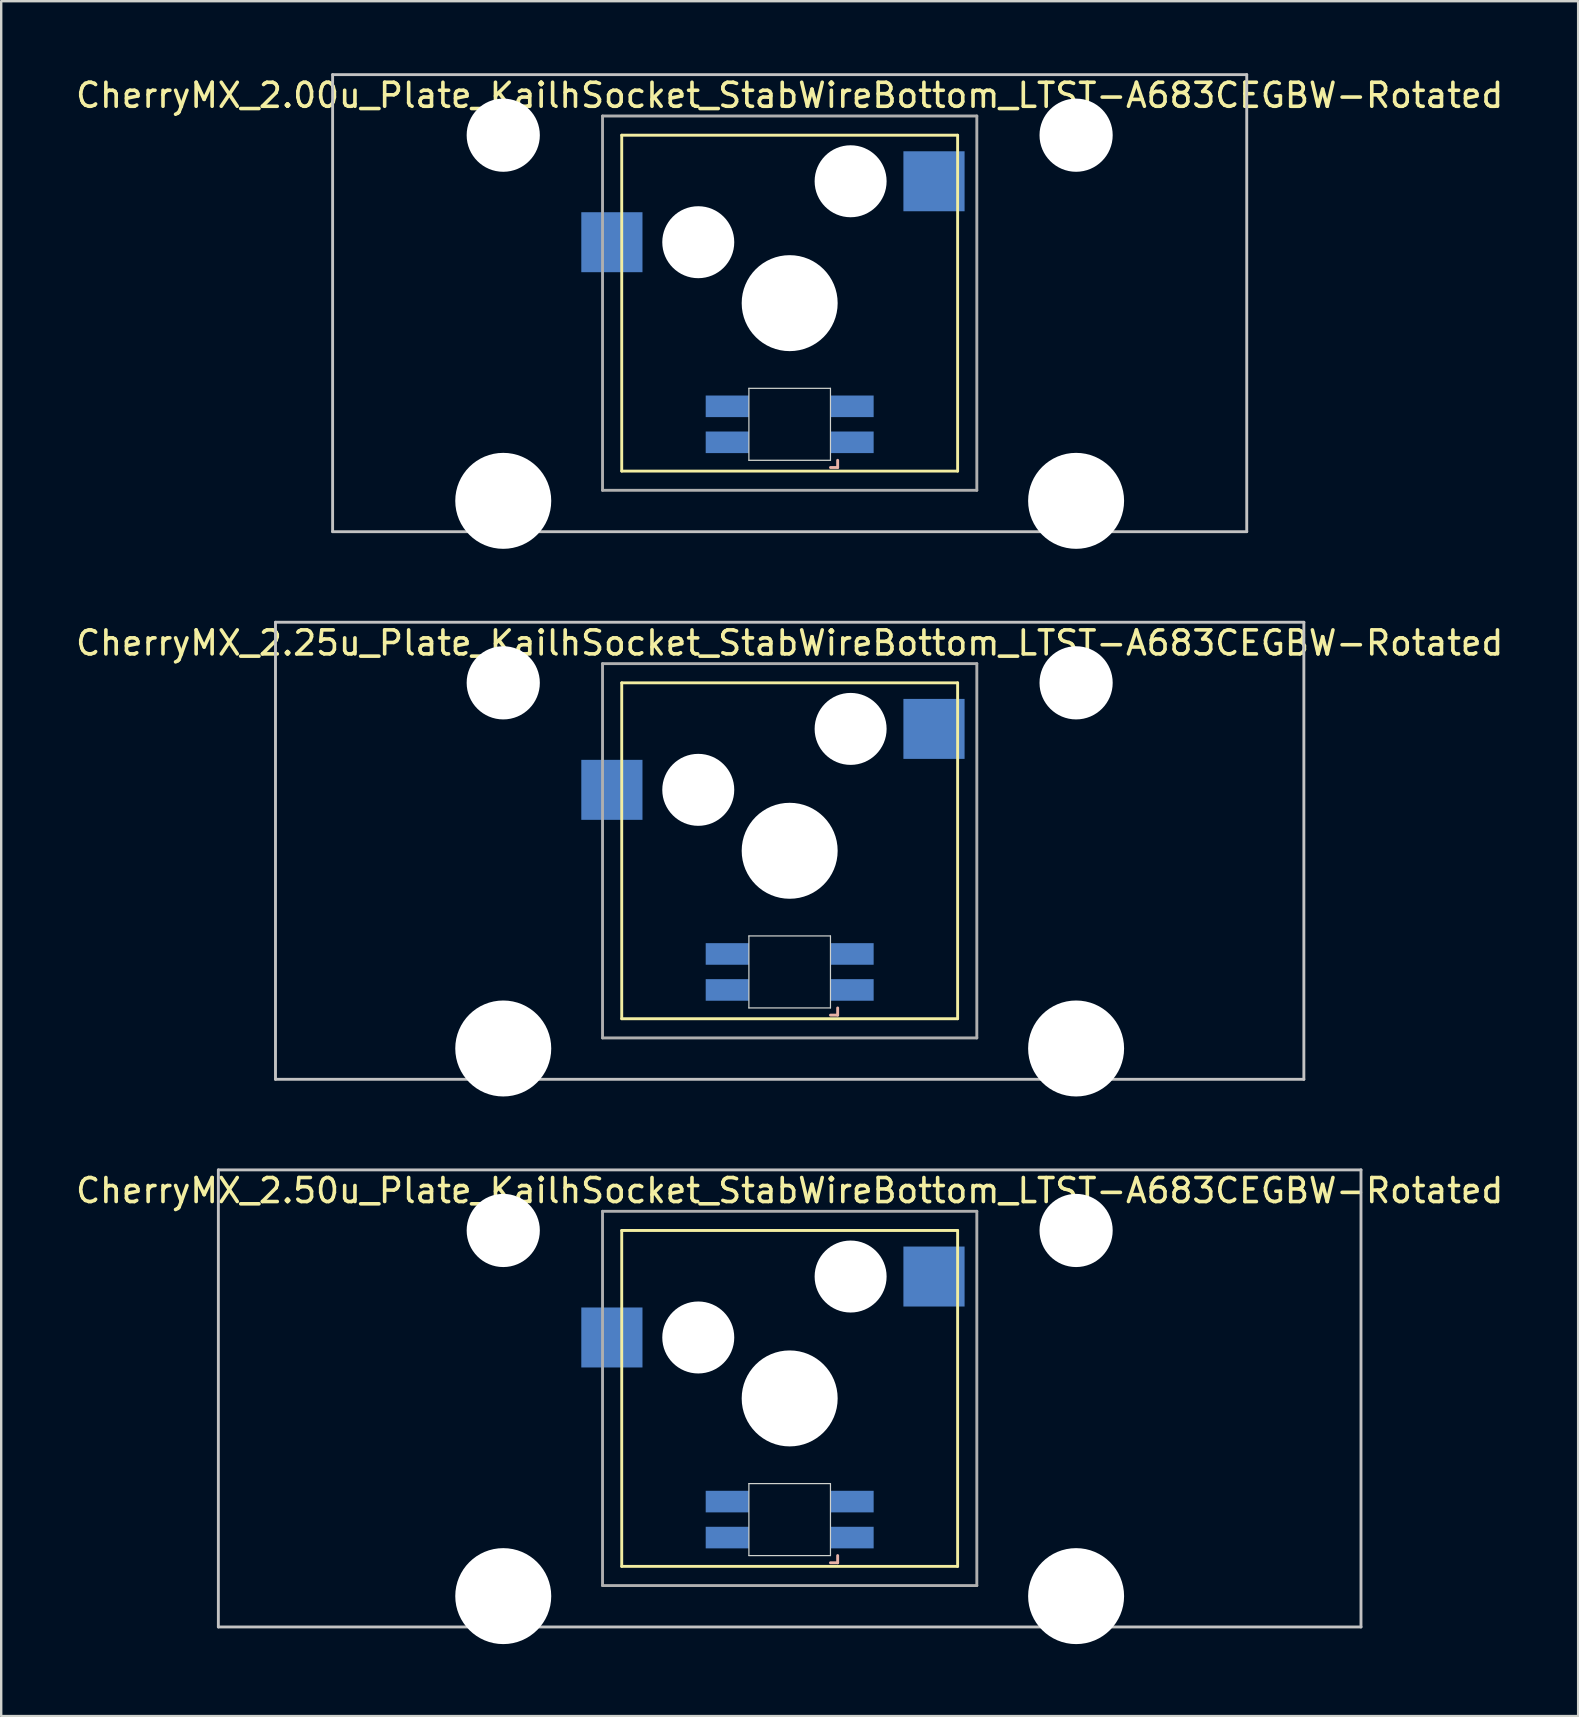
<source format=kicad_pcb>
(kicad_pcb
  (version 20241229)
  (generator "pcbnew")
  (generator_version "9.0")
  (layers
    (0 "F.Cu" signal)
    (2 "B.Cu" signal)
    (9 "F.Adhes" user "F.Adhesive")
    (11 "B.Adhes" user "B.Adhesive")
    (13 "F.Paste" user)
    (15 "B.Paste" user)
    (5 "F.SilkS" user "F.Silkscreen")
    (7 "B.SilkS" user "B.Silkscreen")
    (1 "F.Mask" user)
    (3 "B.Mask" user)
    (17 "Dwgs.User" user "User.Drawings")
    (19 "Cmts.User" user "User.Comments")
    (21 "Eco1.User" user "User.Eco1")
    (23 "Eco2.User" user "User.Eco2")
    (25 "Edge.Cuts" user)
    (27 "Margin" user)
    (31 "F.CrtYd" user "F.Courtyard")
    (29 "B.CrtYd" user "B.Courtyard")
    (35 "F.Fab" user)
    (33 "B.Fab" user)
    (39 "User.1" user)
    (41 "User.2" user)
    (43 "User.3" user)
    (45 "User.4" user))
  (footprint "CherryMX_2.25u_Plate_KailhSocket_StabWireBottom_LTST-A683CEGBW-Rotated"
    (layer "F.Cu")
    (at 29.863 32.41)
    (property "Reference" "CherryMX_2.25u_Plate_KailhSocket_StabWireBottom_LTST-A683CEGBW-Rotated" (at 0 -8.662 0) (layer "F.SilkS") (effects (font (size 1 1) (thickness 0.15))))
    (attr through_hole)
    (fp_line (start -7 -7) (end -7 7) (stroke (width 0.12) (type solid)) (layer "F.SilkS"))
    (fp_line (start -7 -7) (end 7 -7) (stroke (width 0.12) (type solid)) (layer "F.SilkS"))
    (fp_line (start 7 -7) (end 7 7) (stroke (width 0.12) (type solid)) (layer "F.SilkS"))
    (fp_line (start 7 7) (end -7 7) (stroke (width 0.12) (type solid)) (layer "F.SilkS"))
    (fp_line (start 1.7 6.85) (end 2 6.85) (stroke (width 0.12) (type solid)) (layer "B.SilkS"))
    (fp_line (start 2 6.85) (end 2 6.55) (stroke (width 0.12) (type solid)) (layer "B.SilkS"))
    (fp_line (start -21.431 -9.525) (end 21.431 -9.525) (stroke (width 0.12) (type solid)) (layer "Dwgs.User"))
    (fp_line (start -21.431 9.525) (end -21.431 -9.525) (stroke (width 0.12) (type solid)) (layer "Dwgs.User"))
    (fp_line (start 21.431 -9.525) (end 21.431 9.525) (stroke (width 0.12) (type solid)) (layer "Dwgs.User"))
    (fp_line (start 21.431 9.525) (end -21.431 9.525) (stroke (width 0.12) (type solid)) (layer "Dwgs.User"))
    (fp_line (start -1.7 3.55) (end 1.7 3.55) (stroke (width 0.05) (type solid)) (layer "Edge.Cuts"))
    (fp_line (start -1.7 6.55) (end -1.7 3.55) (stroke (width 0.05) (type solid)) (layer "Edge.Cuts"))
    (fp_line (start 1.7 3.55) (end 1.7 6.55) (stroke (width 0.05) (type solid)) (layer "Edge.Cuts"))
    (fp_line (start 1.7 6.55) (end -1.7 6.55) (stroke (width 0.05) (type solid)) (layer "Edge.Cuts"))
    (fp_line (start -7.8 -7.8) (end -7.8 7.8) (stroke (width 0.12) (type solid)) (layer "F.Fab"))
    (fp_line (start -7.8 -7.8) (end 7.8 -7.8) (stroke (width 0.12) (type solid)) (layer "F.Fab"))
    (fp_line (start -7.8 7.8) (end 7.8 7.8) (stroke (width 0.12) (type solid)) (layer "F.Fab"))
    (fp_line (start 7.8 -7.8) (end 7.8 7.8) (stroke (width 0.12) (type solid)) (layer "F.Fab"))
    (pad "" np_thru_hole circle (at -11.938 -7) (size 3.05 3.05) (drill 3.05) (layers "*.Cu" "*.Mask"))
    (pad "" np_thru_hole circle (at -11.938 8.24) (size 4 4) (drill 4) (layers "*.Cu" "*.Mask"))
    (pad "" np_thru_hole circle (at -3.81 -2.54) (size 3 3) (drill 3) (layers "*.Cu" "*.Mask"))
    (pad "" np_thru_hole circle (at 0 0) (size 4 4) (drill 4) (layers "*.Cu" "*.Mask"))
    (pad "" np_thru_hole circle (at 2.54 -5.08) (size 3 3) (drill 3) (layers "*.Cu" "*.Mask"))
    (pad "" np_thru_hole circle (at 11.938 -7) (size 3.05 3.05) (drill 3.05) (layers "*.Cu" "*.Mask"))
    (pad "" np_thru_hole circle (at 11.938 8.24) (size 4 4) (drill 4) (layers "*.Cu" "*.Mask"))
    (pad "1" smd rect (at -7.41 -2.54) (size 2.55 2.5) (layers "B.Cu" "B.Mask" "B.Paste"))
    (pad "2" smd rect (at 6.015 -5.08) (size 2.55 2.5) (layers "B.Cu" "B.Mask" "B.Paste"))
    (pad "3" smd rect (at 2.6 5.8 180) (size 1.8 0.9) (layers "B.Cu" "B.Mask" "B.Paste"))
    (pad "4" smd rect (at 2.6 4.3 180) (size 1.8 0.9) (layers "B.Cu" "B.Mask" "B.Paste"))
    (pad "5" smd rect (at -2.6 5.8 180) (size 1.8 0.9) (layers "B.Cu" "B.Mask" "B.Paste"))
    (pad "6" smd rect (at -2.6 4.3 180) (size 1.8 0.9) (layers "B.Cu" "B.Mask" "B.Paste")))
  (footprint "CherryMX_2.50u_Plate_KailhSocket_StabWireBottom_LTST-A683CEGBW-Rotated"
    (layer "F.Cu")
    (at 29.863 55.235)
    (property "Reference" "CherryMX_2.50u_Plate_KailhSocket_StabWireBottom_LTST-A683CEGBW-Rotated" (at 0 -8.662 0) (layer "F.SilkS") (effects (font (size 1 1) (thickness 0.15))))
    (attr through_hole)
    (fp_line (start -7 -7) (end -7 7) (stroke (width 0.12) (type solid)) (layer "F.SilkS"))
    (fp_line (start -7 -7) (end 7 -7) (stroke (width 0.12) (type solid)) (layer "F.SilkS"))
    (fp_line (start 7 -7) (end 7 7) (stroke (width 0.12) (type solid)) (layer "F.SilkS"))
    (fp_line (start 7 7) (end -7 7) (stroke (width 0.12) (type solid)) (layer "F.SilkS"))
    (fp_line (start 1.7 6.85) (end 2 6.85) (stroke (width 0.12) (type solid)) (layer "B.SilkS"))
    (fp_line (start 2 6.85) (end 2 6.55) (stroke (width 0.12) (type solid)) (layer "B.SilkS"))
    (fp_line (start -23.812 -9.525) (end 23.812 -9.525) (stroke (width 0.12) (type solid)) (layer "Dwgs.User"))
    (fp_line (start -23.812 9.525) (end -23.812 -9.525) (stroke (width 0.12) (type solid)) (layer "Dwgs.User"))
    (fp_line (start 23.812 -9.525) (end 23.812 9.525) (stroke (width 0.12) (type solid)) (layer "Dwgs.User"))
    (fp_line (start 23.812 9.525) (end -23.812 9.525) (stroke (width 0.12) (type solid)) (layer "Dwgs.User"))
    (fp_line (start -1.7 3.55) (end 1.7 3.55) (stroke (width 0.05) (type solid)) (layer "Edge.Cuts"))
    (fp_line (start -1.7 6.55) (end -1.7 3.55) (stroke (width 0.05) (type solid)) (layer "Edge.Cuts"))
    (fp_line (start 1.7 3.55) (end 1.7 6.55) (stroke (width 0.05) (type solid)) (layer "Edge.Cuts"))
    (fp_line (start 1.7 6.55) (end -1.7 6.55) (stroke (width 0.05) (type solid)) (layer "Edge.Cuts"))
    (fp_line (start -7.8 -7.8) (end -7.8 7.8) (stroke (width 0.12) (type solid)) (layer "F.Fab"))
    (fp_line (start -7.8 -7.8) (end 7.8 -7.8) (stroke (width 0.12) (type solid)) (layer "F.Fab"))
    (fp_line (start -7.8 7.8) (end 7.8 7.8) (stroke (width 0.12) (type solid)) (layer "F.Fab"))
    (fp_line (start 7.8 -7.8) (end 7.8 7.8) (stroke (width 0.12) (type solid)) (layer "F.Fab"))
    (pad "" np_thru_hole circle (at -11.938 -7) (size 3.05 3.05) (drill 3.05) (layers "*.Cu" "*.Mask"))
    (pad "" np_thru_hole circle (at -11.938 8.24) (size 4 4) (drill 4) (layers "*.Cu" "*.Mask"))
    (pad "" np_thru_hole circle (at -3.81 -2.54) (size 3 3) (drill 3) (layers "*.Cu" "*.Mask"))
    (pad "" np_thru_hole circle (at 0 0) (size 4 4) (drill 4) (layers "*.Cu" "*.Mask"))
    (pad "" np_thru_hole circle (at 2.54 -5.08) (size 3 3) (drill 3) (layers "*.Cu" "*.Mask"))
    (pad "" np_thru_hole circle (at 11.938 -7) (size 3.05 3.05) (drill 3.05) (layers "*.Cu" "*.Mask"))
    (pad "" np_thru_hole circle (at 11.938 8.24) (size 4 4) (drill 4) (layers "*.Cu" "*.Mask"))
    (pad "1" smd rect (at -7.41 -2.54) (size 2.55 2.5) (layers "B.Cu" "B.Mask" "B.Paste"))
    (pad "2" smd rect (at 6.015 -5.08) (size 2.55 2.5) (layers "B.Cu" "B.Mask" "B.Paste"))
    (pad "3" smd rect (at 2.6 5.8) (size 1.8 0.9) (layers "B.Cu" "B.Mask" "B.Paste"))
    (pad "4" smd rect (at 2.6 4.3) (size 1.8 0.9) (layers "B.Cu" "B.Mask" "B.Paste"))
    (pad "5" smd rect (at -2.6 5.8) (size 1.8 0.9) (layers "B.Cu" "B.Mask" "B.Paste"))
    (pad "6" smd rect (at -2.6 4.3) (size 1.8 0.9) (layers "B.Cu" "B.Mask" "B.Paste")))
  (footprint "CherryMX_2.00u_Plate_KailhSocket_StabWireBottom_LTST-A683CEGBW-Rotated"
    (layer "F.Cu")
    (at 29.863 9.585)
    (property "Reference" "CherryMX_2.00u_Plate_KailhSocket_StabWireBottom_LTST-A683CEGBW-Rotated" (at 0 -8.662 0) (layer "F.SilkS") (effects (font (size 1 1) (thickness 0.15))))
    (attr through_hole)
    (fp_line (start -7 -7) (end -7 7) (stroke (width 0.12) (type solid)) (layer "F.SilkS"))
    (fp_line (start -7 -7) (end 7 -7) (stroke (width 0.12) (type solid)) (layer "F.SilkS"))
    (fp_line (start 7 -7) (end 7 7) (stroke (width 0.12) (type solid)) (layer "F.SilkS"))
    (fp_line (start 7 7) (end -7 7) (stroke (width 0.12) (type solid)) (layer "F.SilkS"))
    (fp_line (start 1.7 6.85) (end 2 6.85) (stroke (width 0.12) (type solid)) (layer "B.SilkS"))
    (fp_line (start 2 6.85) (end 2 6.55) (stroke (width 0.12) (type solid)) (layer "B.SilkS"))
    (fp_line (start -19.05 -9.525) (end 19.05 -9.525) (stroke (width 0.12) (type solid)) (layer "Dwgs.User"))
    (fp_line (start -19.05 9.525) (end -19.05 -9.525) (stroke (width 0.12) (type solid)) (layer "Dwgs.User"))
    (fp_line (start 19.05 -9.525) (end 19.05 9.525) (stroke (width 0.12) (type solid)) (layer "Dwgs.User"))
    (fp_line (start 19.05 9.525) (end -19.05 9.525) (stroke (width 0.12) (type solid)) (layer "Dwgs.User"))
    (fp_line (start -1.7 3.55) (end 1.7 3.55) (stroke (width 0.05) (type solid)) (layer "Edge.Cuts"))
    (fp_line (start -1.7 6.55) (end -1.7 3.55) (stroke (width 0.05) (type solid)) (layer "Edge.Cuts"))
    (fp_line (start 1.7 3.55) (end 1.7 6.55) (stroke (width 0.05) (type solid)) (layer "Edge.Cuts"))
    (fp_line (start 1.7 6.55) (end -1.7 6.55) (stroke (width 0.05) (type solid)) (layer "Edge.Cuts"))
    (fp_line (start -7.8 -7.8) (end -7.8 7.8) (stroke (width 0.12) (type solid)) (layer "F.Fab"))
    (fp_line (start -7.8 -7.8) (end 7.8 -7.8) (stroke (width 0.12) (type solid)) (layer "F.Fab"))
    (fp_line (start -7.8 7.8) (end 7.8 7.8) (stroke (width 0.12) (type solid)) (layer "F.Fab"))
    (fp_line (start 7.8 -7.8) (end 7.8 7.8) (stroke (width 0.12) (type solid)) (layer "F.Fab"))
    (pad "" np_thru_hole circle (at -11.938 -7) (size 3.05 3.05) (drill 3.05) (layers "*.Cu" "*.Mask"))
    (pad "" np_thru_hole circle (at -11.938 8.24) (size 4 4) (drill 4) (layers "*.Cu" "*.Mask"))
    (pad "" np_thru_hole circle (at -3.81 -2.54) (size 3 3) (drill 3) (layers "*.Cu" "*.Mask"))
    (pad "" np_thru_hole circle (at 0 0) (size 4 4) (drill 4) (layers "*.Cu" "*.Mask"))
    (pad "" np_thru_hole circle (at 2.54 -5.08) (size 3 3) (drill 3) (layers "*.Cu" "*.Mask"))
    (pad "" np_thru_hole circle (at 11.938 -7) (size 3.05 3.05) (drill 3.05) (layers "*.Cu" "*.Mask"))
    (pad "" np_thru_hole circle (at 11.938 8.24) (size 4 4) (drill 4) (layers "*.Cu" "*.Mask"))
    (pad "1" smd rect (at -7.41 -2.54) (size 2.55 2.5) (layers "B.Cu" "B.Mask" "B.Paste"))
    (pad "2" smd rect (at 6.015 -5.08) (size 2.55 2.5) (layers "B.Cu" "B.Mask" "B.Paste"))
    (pad "3" smd rect (at 2.6 5.8) (size 1.8 0.9) (layers "B.Cu" "B.Mask" "B.Paste"))
    (pad "4" smd rect (at 2.6 4.3) (size 1.8 0.9) (layers "B.Cu" "B.Mask" "B.Paste"))
    (pad "5" smd rect (at -2.6 5.8) (size 1.8 0.9) (layers "B.Cu" "B.Mask" "B.Paste"))
    (pad "6" smd rect (at -2.6 4.3) (size 1.8 0.9) (layers "B.Cu" "B.Mask" "B.Paste")))
  (gr_rect
    (start -3 -3)
    (end 62.726 68.475)
    (stroke (width 0.1) (type default))
    (fill no)
    (layer "Edge.Cuts")))
</source>
